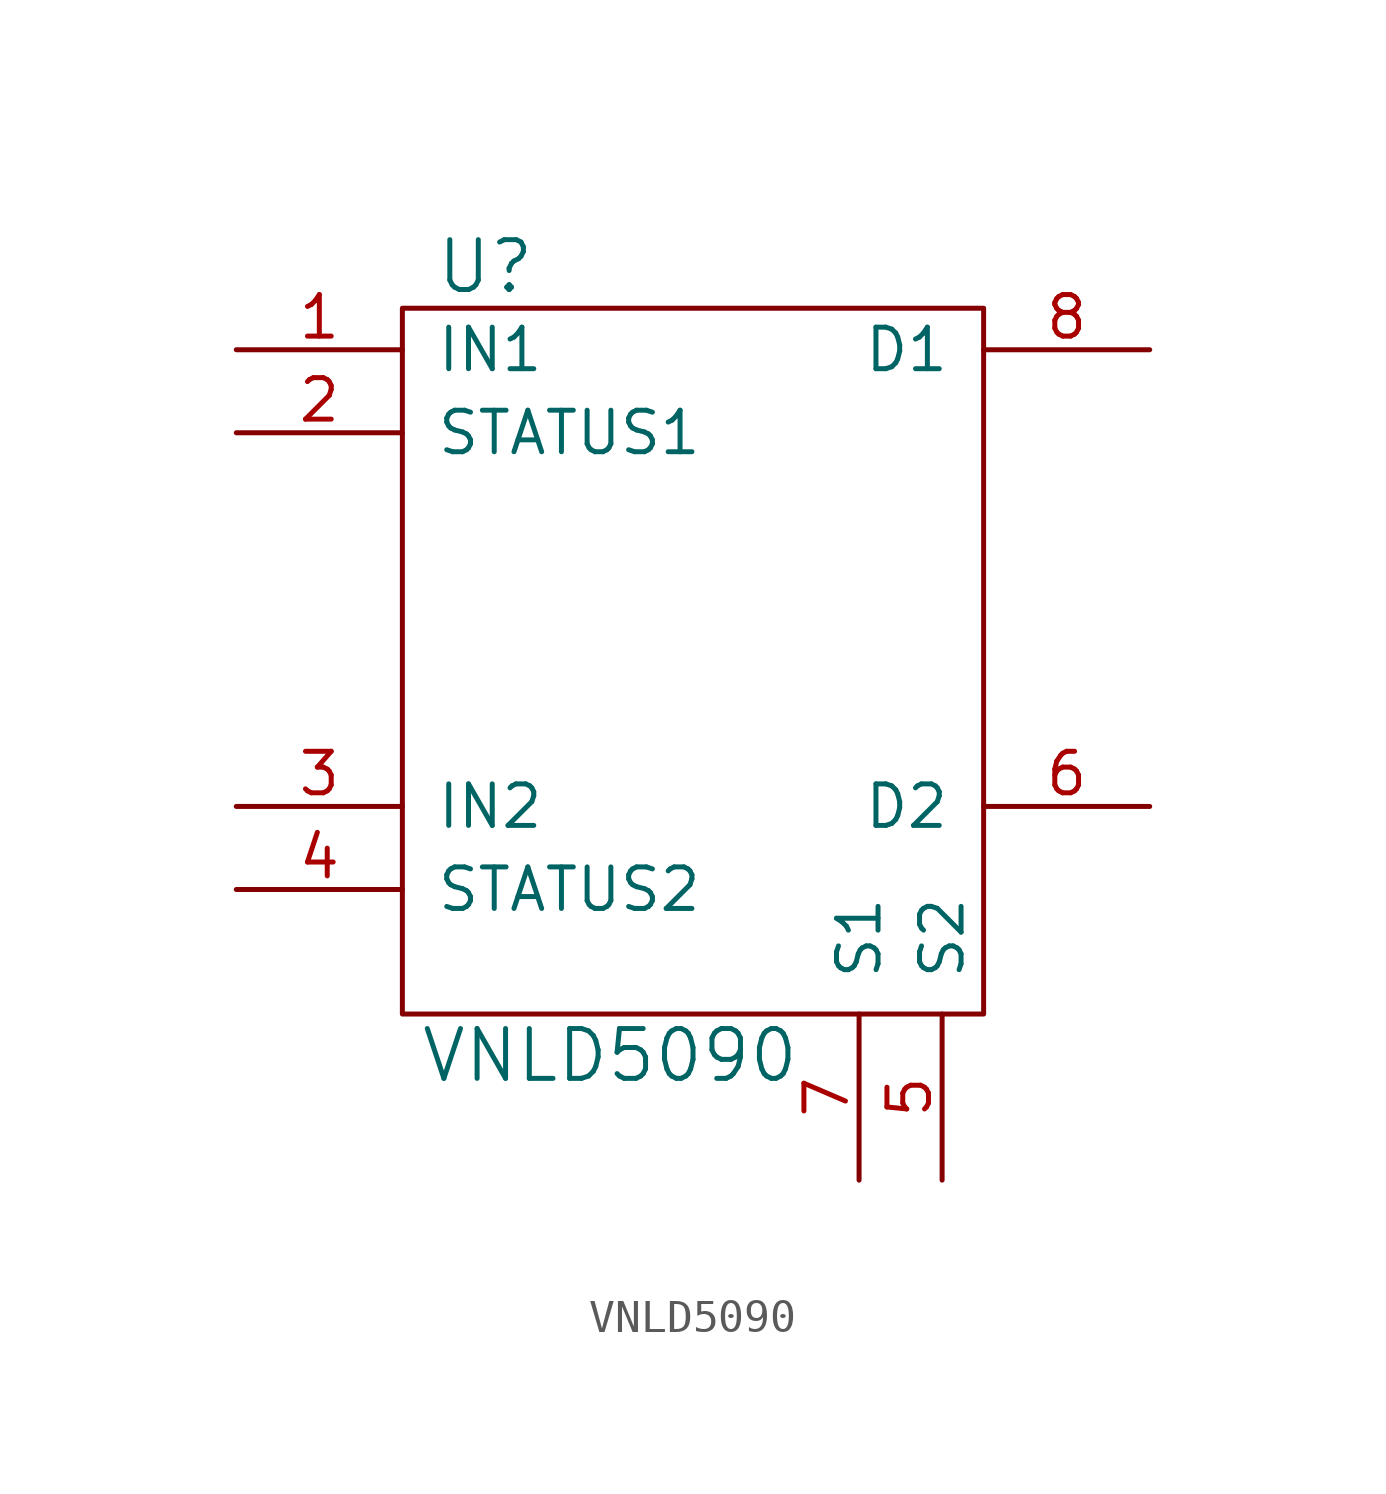
<source format=kicad_sym>
(kicad_symbol_lib
  (version 20241209)
  (generator "kicad_symbol_editor")
  (generator_version "9.0")
  (symbol "VNLD5090"
    (pin_names
      (offset 1.016))
    (property "Reference" "U"
      (at -6.35 12.7 0)
      (effects (font (size 1.524 1.524))))
    (property "Value" "VNLD5090"
      (at -2.54 -11.43 0)
      (effects (font (size 1.524 1.524))))
    (symbol "VNLD5090_0_1"
      (rectangle (start -8.89 11.43) (end 8.89 -10.16) (stroke (width 0) (type solid)) (fill (type none))))
    (symbol "VNLD5090_1_1"
      (pin input line (at -13.97 10.16 0) (length 5.08) (name "IN1" (effects (font (size 1.27 1.27)))) (number "1" (effects (font (size 1.27 1.27)))))
      (pin open_collector line (at -13.97 7.62 0) (length 5.08) (name "STATUS1" (effects (font (size 1.27 1.27)))) (number "2" (effects (font (size 1.27 1.27)))))
      (pin input line (at -13.97 -3.81 0) (length 5.08) (name "IN2" (effects (font (size 1.27 1.27)))) (number "3" (effects (font (size 1.27 1.27)))))
      (pin open_collector line (at -13.97 -6.35 0) (length 5.08) (name "STATUS2" (effects (font (size 1.27 1.27)))) (number "4" (effects (font (size 1.27 1.27)))))
      (pin power_in line (at 5.08 -15.24 90) (length 5.08) (name "S1" (effects (font (size 1.27 1.27)))) (number "7" (effects (font (size 1.27 1.27)))))
      (pin power_in line (at 7.62 -15.24 90) (length 5.08) (name "S2" (effects (font (size 1.27 1.27)))) (number "5" (effects (font (size 1.27 1.27)))))
      (pin power_out line (at 13.97 10.16 180) (length 5.08) (name "D1" (effects (font (size 1.27 1.27)))) (number "8" (effects (font (size 1.27 1.27)))))
      (pin power_out line (at 13.97 -3.81 180) (length 5.08) (name "D2" (effects (font (size 1.27 1.27)))) (number "6" (effects (font (size 1.27 1.27))))))))
</source>
